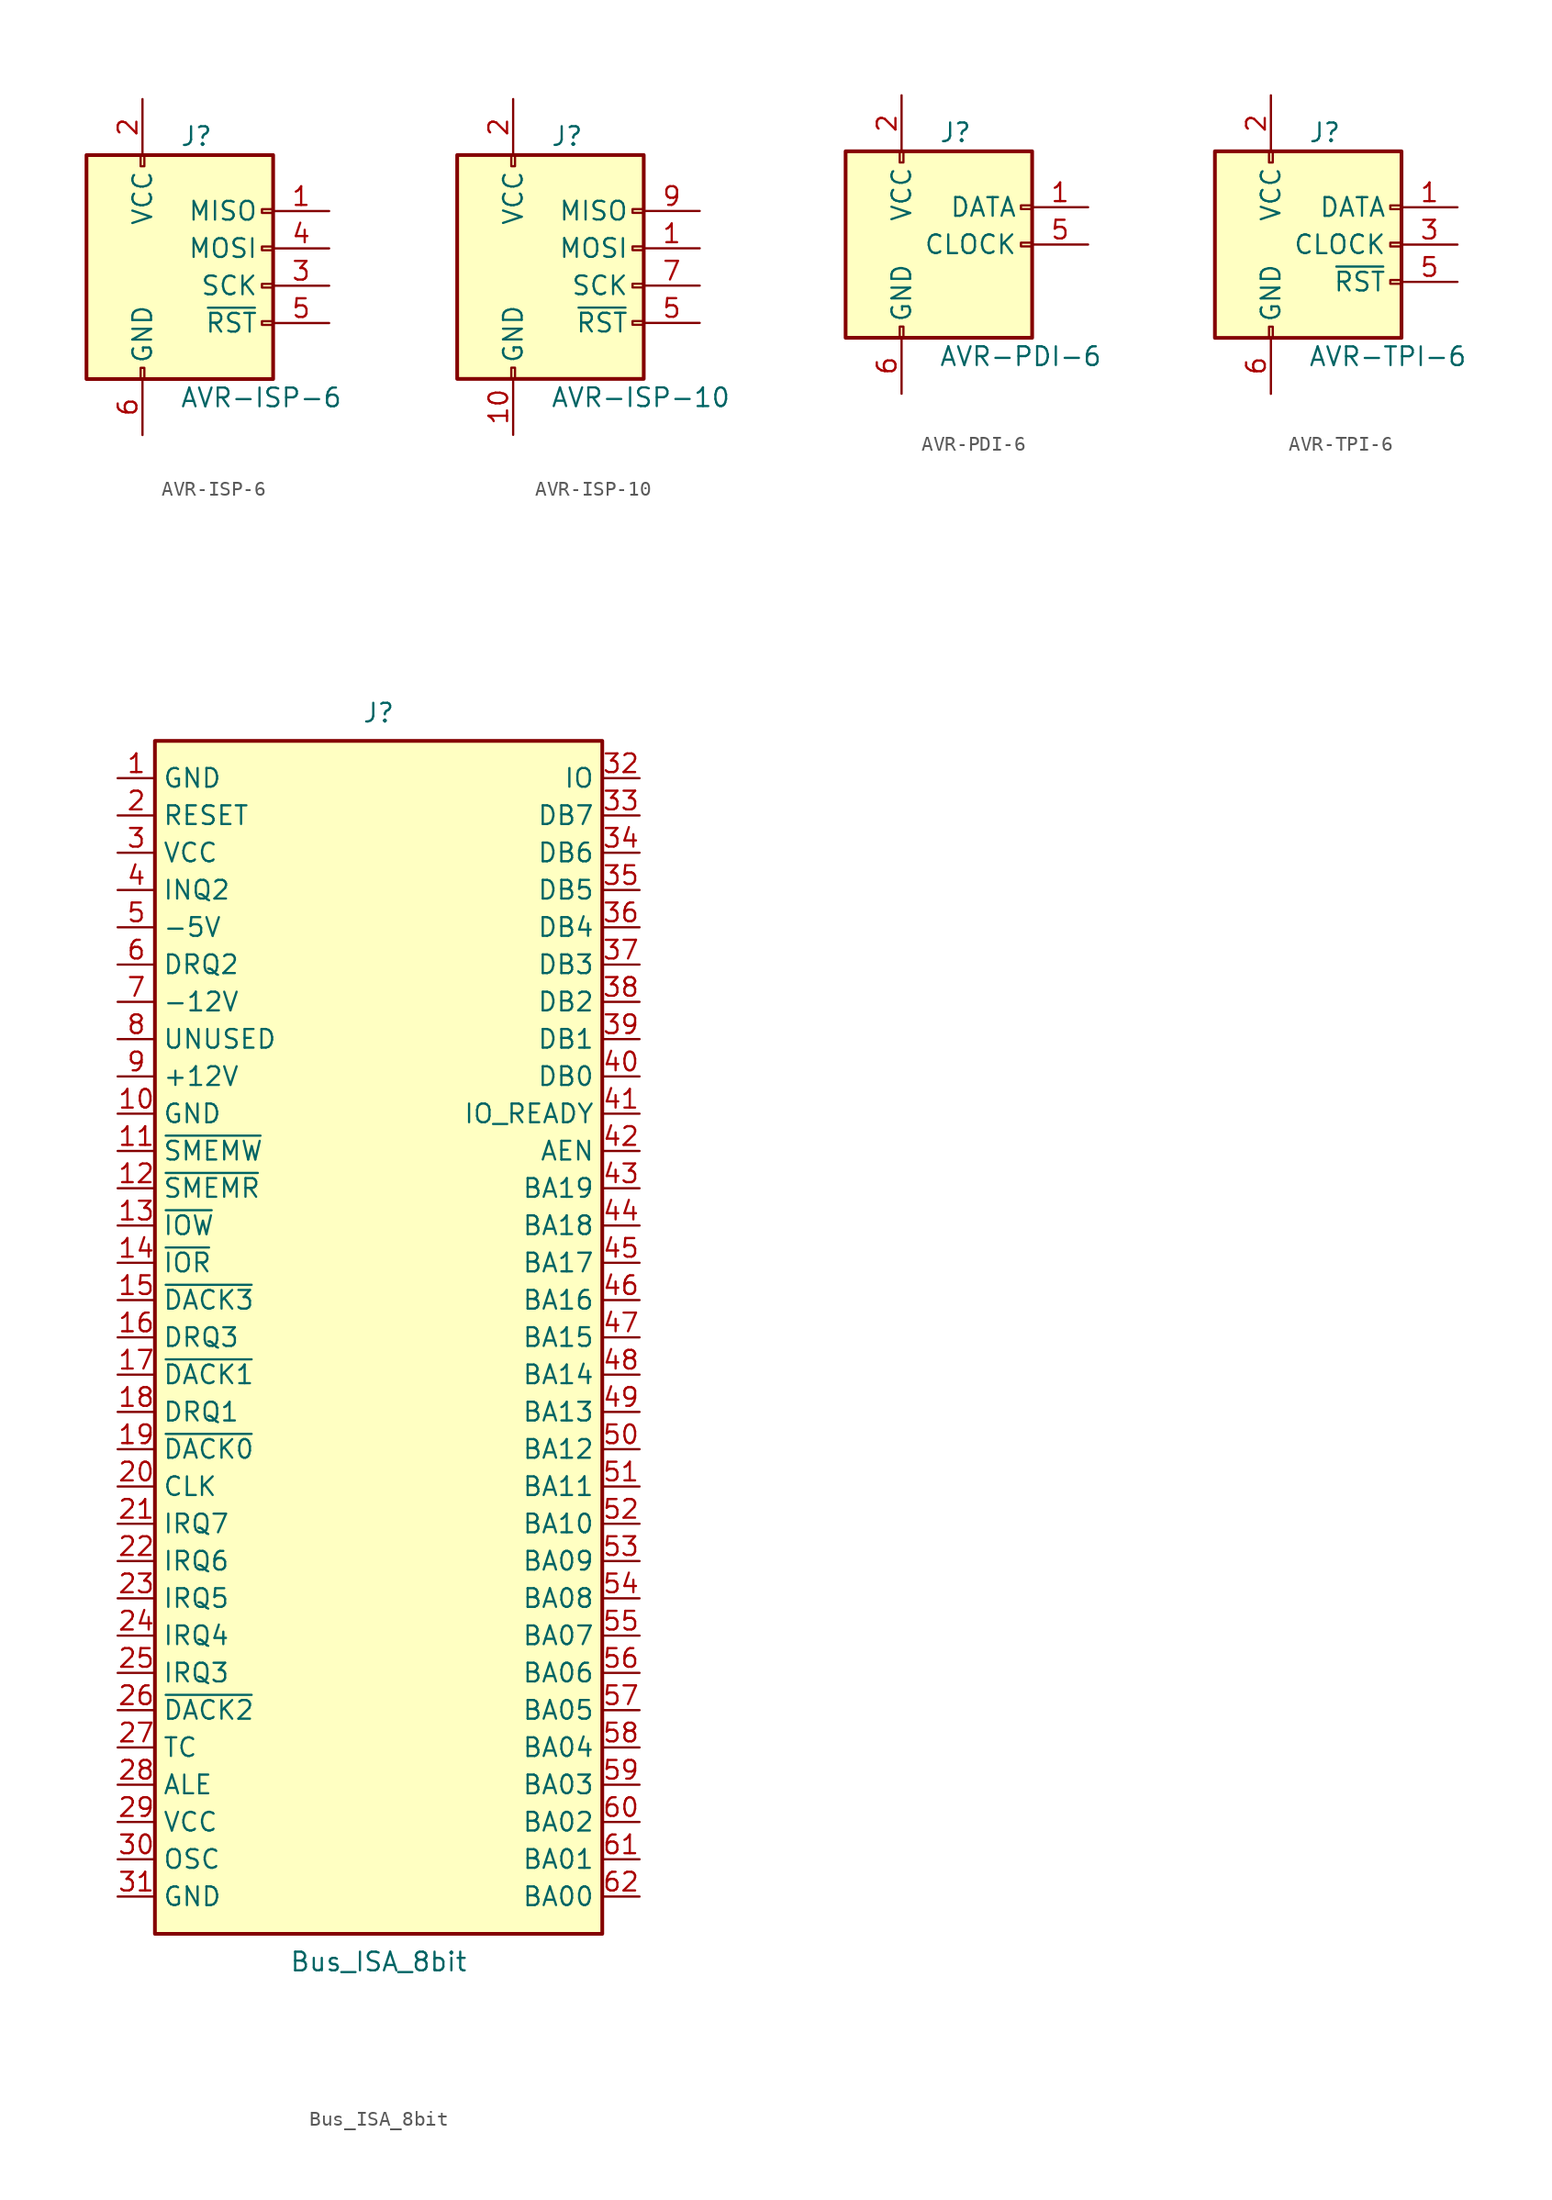
<source format=kicad_sym>
(kicad_symbol_lib
  (version 20211014)
  (generator kicad_symbol_editor)
  (symbol "AVR-ISP-6"
    (pin_names
      (offset 1.016))
    (property "Reference" "J"
      (at 0 10.16 0)
      (effects (font (size 1.27 1.27)) (justify left)))
    (property "Value" "AVR-ISP-6"
      (at 0 -7.62 0)
      (effects (font (size 1.27 1.27)) (justify left)))
    (symbol "AVR-ISP-6_0_1"
      (rectangle (start -2.667 -5.588) (end -2.413 -6.35) (stroke (width 0) (type default) (color 0 0 0 0)) (fill (type none)))
      (rectangle (start -2.667 8.89) (end -2.413 8.128) (stroke (width 0) (type default) (color 0 0 0 0)) (fill (type none)))
      (rectangle (start 6.35 -2.413) (end 5.588 -2.667) (stroke (width 0) (type default) (color 0 0 0 0)) (fill (type none)))
      (rectangle (start 6.35 0.127) (end 5.588 -0.127) (stroke (width 0) (type default) (color 0 0 0 0)) (fill (type none)))
      (rectangle (start 6.35 2.667) (end 5.588 2.413) (stroke (width 0) (type default) (color 0 0 0 0)) (fill (type none)))
      (rectangle (start 6.35 5.207) (end 5.588 4.953) (stroke (width 0) (type default) (color 0 0 0 0)) (fill (type none)))
      (rectangle (start 6.35 8.89) (end -6.35 -6.35) (stroke (width 0.254) (type default) (color 0 0 0 0)) (fill (type background))))
    (symbol "AVR-ISP-6_1_1"
      (pin passive line (at 10.16 5.08 180) (length 3.81) (name "MISO" (effects (font (size 1.27 1.27)))) (number "1" (effects (font (size 1.27 1.27)))))
      (pin power_in line (at -2.54 12.7 270) (length 3.81) (name "VCC" (effects (font (size 1.27 1.27)))) (number "2" (effects (font (size 1.27 1.27)))))
      (pin passive line (at 10.16 0 180) (length 3.81) (name "SCK" (effects (font (size 1.27 1.27)))) (number "3" (effects (font (size 1.27 1.27)))))
      (pin passive line (at 10.16 2.54 180) (length 3.81) (name "MOSI" (effects (font (size 1.27 1.27)))) (number "4" (effects (font (size 1.27 1.27)))))
      (pin passive line (at 10.16 -2.54 180) (length 3.81) (name "~{RST}" (effects (font (size 1.27 1.27)))) (number "5" (effects (font (size 1.27 1.27)))))
      (pin power_in line (at -2.54 -10.16 90) (length 3.81) (name "GND" (effects (font (size 1.27 1.27)))) (number "6" (effects (font (size 1.27 1.27)))))))
  (symbol "AVR-ISP-10"
    (pin_names
      (offset 1.016))
    (property "Reference" "J"
      (at 0 10.16 0)
      (effects (font (size 1.27 1.27)) (justify left)))
    (property "Value" "AVR-ISP-10"
      (at 0 -7.62 0)
      (effects (font (size 1.27 1.27)) (justify left)))
    (symbol "AVR-ISP-10_0_1"
      (rectangle (start -2.667 -5.588) (end -2.413 -6.35) (stroke (width 0) (type default) (color 0 0 0 0)) (fill (type none)))
      (rectangle (start -2.667 8.89) (end -2.413 8.128) (stroke (width 0) (type default) (color 0 0 0 0)) (fill (type none)))
      (rectangle (start 6.35 -2.413) (end 5.588 -2.667) (stroke (width 0) (type default) (color 0 0 0 0)) (fill (type none)))
      (rectangle (start 6.35 0.127) (end 5.588 -0.127) (stroke (width 0) (type default) (color 0 0 0 0)) (fill (type none)))
      (rectangle (start 6.35 2.667) (end 5.588 2.413) (stroke (width 0) (type default) (color 0 0 0 0)) (fill (type none)))
      (rectangle (start 6.35 5.207) (end 5.588 4.953) (stroke (width 0) (type default) (color 0 0 0 0)) (fill (type none)))
      (rectangle (start 6.35 8.89) (end -6.35 -6.35) (stroke (width 0.254) (type default) (color 0 0 0 0)) (fill (type background))))
    (symbol "AVR-ISP-10_1_1"
      (pin passive line (at 10.16 2.54 180) (length 3.81) (name "MOSI" (effects (font (size 1.27 1.27)))) (number "1" (effects (font (size 1.27 1.27)))))
      (pin power_in line (at -2.54 -10.16 90) (length 3.81) (name "GND" (effects (font (size 1.27 1.27)))) (number "10" (effects (font (size 1.27 1.27)))))
      (pin power_in line (at -2.54 12.7 270) (length 3.81) (name "VCC" (effects (font (size 1.27 1.27)))) (number "2" (effects (font (size 1.27 1.27)))))
      (pin no_connect line (at 5.08 -5.08 180) (length 3.81) hide (name "NC" (effects (font (size 1.27 1.27)))) (number "3" (effects (font (size 1.27 1.27)))))
      (pin passive line (at -2.54 -10.16 90) (length 3.81) hide (name "GND" (effects (font (size 1.27 1.27)))) (number "4" (effects (font (size 1.27 1.27)))))
      (pin passive line (at 10.16 -2.54 180) (length 3.81) (name "~{RST}" (effects (font (size 1.27 1.27)))) (number "5" (effects (font (size 1.27 1.27)))))
      (pin passive line (at -2.54 -10.16 90) (length 3.81) hide (name "GND" (effects (font (size 1.27 1.27)))) (number "6" (effects (font (size 1.27 1.27)))))
      (pin passive line (at 10.16 0 180) (length 3.81) (name "SCK" (effects (font (size 1.27 1.27)))) (number "7" (effects (font (size 1.27 1.27)))))
      (pin passive line (at -2.54 -10.16 90) (length 3.81) hide (name "GND" (effects (font (size 1.27 1.27)))) (number "8" (effects (font (size 1.27 1.27)))))
      (pin passive line (at 10.16 5.08 180) (length 3.81) (name "MISO" (effects (font (size 1.27 1.27)))) (number "9" (effects (font (size 1.27 1.27)))))))
  (symbol "AVR-PDI-6"
    (pin_names
      (offset 1.016))
    (property "Reference" "J"
      (at 0 7.62 0)
      (effects (font (size 1.27 1.27)) (justify left)))
    (property "Value" "AVR-PDI-6"
      (at 0 -7.62 0)
      (effects (font (size 1.27 1.27)) (justify left)))
    (symbol "AVR-PDI-6_0_1"
      (rectangle (start -2.667 -5.588) (end -2.413 -6.35) (stroke (width 0) (type default) (color 0 0 0 0)) (fill (type none)))
      (rectangle (start -2.667 6.35) (end -2.413 5.588) (stroke (width 0) (type default) (color 0 0 0 0)) (fill (type none)))
      (rectangle (start 6.35 0.127) (end 5.588 -0.127) (stroke (width 0) (type default) (color 0 0 0 0)) (fill (type none)))
      (rectangle (start 6.35 2.667) (end 5.588 2.413) (stroke (width 0) (type default) (color 0 0 0 0)) (fill (type none)))
      (rectangle (start 6.35 6.35) (end -6.35 -6.35) (stroke (width 0.254) (type default) (color 0 0 0 0)) (fill (type background))))
    (symbol "AVR-PDI-6_1_1"
      (pin passive line (at 10.16 2.54 180) (length 3.81) (name "DATA" (effects (font (size 1.27 1.27)))) (number "1" (effects (font (size 1.27 1.27)))))
      (pin power_in line (at -2.54 10.16 270) (length 3.81) (name "VCC" (effects (font (size 1.27 1.27)))) (number "2" (effects (font (size 1.27 1.27)))))
      (pin no_connect line (at 5.08 -2.54 180) (length 3.81) hide (name "NC" (effects (font (size 1.27 1.27)))) (number "3" (effects (font (size 1.27 1.27)))))
      (pin no_connect line (at 5.08 -5.08 180) (length 3.81) hide (name "NC" (effects (font (size 1.27 1.27)))) (number "4" (effects (font (size 1.27 1.27)))))
      (pin passive line (at 10.16 0 180) (length 3.81) (name "CLOCK" (effects (font (size 1.27 1.27)))) (number "5" (effects (font (size 1.27 1.27)))))
      (pin power_in line (at -2.54 -10.16 90) (length 3.81) (name "GND" (effects (font (size 1.27 1.27)))) (number "6" (effects (font (size 1.27 1.27)))))))
  (symbol "AVR-TPI-6"
    (pin_names
      (offset 1.016))
    (property "Reference" "J"
      (at 0 7.62 0)
      (effects (font (size 1.27 1.27)) (justify left)))
    (property "Value" "AVR-TPI-6"
      (at 0 -7.62 0)
      (effects (font (size 1.27 1.27)) (justify left)))
    (symbol "AVR-TPI-6_0_1"
      (rectangle (start -2.667 -5.588) (end -2.413 -6.35) (stroke (width 0) (type default) (color 0 0 0 0)) (fill (type none)))
      (rectangle (start -2.667 6.35) (end -2.413 5.588) (stroke (width 0) (type default) (color 0 0 0 0)) (fill (type none)))
      (rectangle (start 6.35 -2.413) (end 5.588 -2.667) (stroke (width 0) (type default) (color 0 0 0 0)) (fill (type none)))
      (rectangle (start 6.35 0.127) (end 5.588 -0.127) (stroke (width 0) (type default) (color 0 0 0 0)) (fill (type none)))
      (rectangle (start 6.35 2.667) (end 5.588 2.413) (stroke (width 0) (type default) (color 0 0 0 0)) (fill (type none)))
      (rectangle (start 6.35 6.35) (end -6.35 -6.35) (stroke (width 0.254) (type default) (color 0 0 0 0)) (fill (type background))))
    (symbol "AVR-TPI-6_1_1"
      (pin passive line (at 10.16 2.54 180) (length 3.81) (name "DATA" (effects (font (size 1.27 1.27)))) (number "1" (effects (font (size 1.27 1.27)))))
      (pin power_in line (at -2.54 10.16 270) (length 3.81) (name "VCC" (effects (font (size 1.27 1.27)))) (number "2" (effects (font (size 1.27 1.27)))))
      (pin passive line (at 10.16 0 180) (length 3.81) (name "CLOCK" (effects (font (size 1.27 1.27)))) (number "3" (effects (font (size 1.27 1.27)))))
      (pin no_connect line (at 5.08 -5.08 180) (length 3.81) hide (name "NC" (effects (font (size 1.27 1.27)))) (number "4" (effects (font (size 1.27 1.27)))))
      (pin passive line (at 10.16 -2.54 180) (length 3.81) (name "~{RST}" (effects (font (size 1.27 1.27)))) (number "5" (effects (font (size 1.27 1.27)))))
      (pin power_in line (at -2.54 -10.16 90) (length 3.81) (name "GND" (effects (font (size 1.27 1.27)))) (number "6" (effects (font (size 1.27 1.27)))))))
  (symbol "Bus_ISA_8bit"
    (property "Reference" "J"
      (at 0 42.545 0)
      (effects (font (size 1.27 1.27))))
    (property "Value" "Bus_ISA_8bit"
      (at 0 -42.545 0)
      (effects (font (size 1.27 1.27))))
    (symbol "Bus_ISA_8bit_0_1"
      (rectangle (start -15.24 -40.64) (end 15.24 40.64) (stroke (width 0.254) (type default) (color 0 0 0 0)) (fill (type background))))
    (symbol "Bus_ISA_8bit_1_1"
      (pin power_in line (at -17.78 38.1 0) (length 2.54) (name "GND" (effects (font (size 1.27 1.27)))) (number "1" (effects (font (size 1.27 1.27)))))
      (pin power_in line (at -17.78 15.24 0) (length 2.54) (name "GND" (effects (font (size 1.27 1.27)))) (number "10" (effects (font (size 1.27 1.27)))))
      (pin output line (at -17.78 12.7 0) (length 2.54) (name "~{SMEMW}" (effects (font (size 1.27 1.27)))) (number "11" (effects (font (size 1.27 1.27)))))
      (pin output line (at -17.78 10.16 0) (length 2.54) (name "~{SMEMR}" (effects (font (size 1.27 1.27)))) (number "12" (effects (font (size 1.27 1.27)))))
      (pin output line (at -17.78 7.62 0) (length 2.54) (name "~{IOW}" (effects (font (size 1.27 1.27)))) (number "13" (effects (font (size 1.27 1.27)))))
      (pin output line (at -17.78 5.08 0) (length 2.54) (name "~{IOR}" (effects (font (size 1.27 1.27)))) (number "14" (effects (font (size 1.27 1.27)))))
      (pin passive line (at -17.78 2.54 0) (length 2.54) (name "~{DACK3}" (effects (font (size 1.27 1.27)))) (number "15" (effects (font (size 1.27 1.27)))))
      (pin passive line (at -17.78 0 0) (length 2.54) (name "DRQ3" (effects (font (size 1.27 1.27)))) (number "16" (effects (font (size 1.27 1.27)))))
      (pin passive line (at -17.78 -2.54 0) (length 2.54) (name "~{DACK1}" (effects (font (size 1.27 1.27)))) (number "17" (effects (font (size 1.27 1.27)))))
      (pin passive line (at -17.78 -5.08 0) (length 2.54) (name "DRQ1" (effects (font (size 1.27 1.27)))) (number "18" (effects (font (size 1.27 1.27)))))
      (pin passive line (at -17.78 -7.62 0) (length 2.54) (name "~{DACK0}" (effects (font (size 1.27 1.27)))) (number "19" (effects (font (size 1.27 1.27)))))
      (pin output line (at -17.78 35.56 0) (length 2.54) (name "RESET" (effects (font (size 1.27 1.27)))) (number "2" (effects (font (size 1.27 1.27)))))
      (pin output line (at -17.78 -10.16 0) (length 2.54) (name "CLK" (effects (font (size 1.27 1.27)))) (number "20" (effects (font (size 1.27 1.27)))))
      (pin passive line (at -17.78 -12.7 0) (length 2.54) (name "IRQ7" (effects (font (size 1.27 1.27)))) (number "21" (effects (font (size 1.27 1.27)))))
      (pin passive line (at -17.78 -15.24 0) (length 2.54) (name "IRQ6" (effects (font (size 1.27 1.27)))) (number "22" (effects (font (size 1.27 1.27)))))
      (pin passive line (at -17.78 -17.78 0) (length 2.54) (name "IRQ5" (effects (font (size 1.27 1.27)))) (number "23" (effects (font (size 1.27 1.27)))))
      (pin passive line (at -17.78 -20.32 0) (length 2.54) (name "IRQ4" (effects (font (size 1.27 1.27)))) (number "24" (effects (font (size 1.27 1.27)))))
      (pin passive line (at -17.78 -22.86 0) (length 2.54) (name "IRQ3" (effects (font (size 1.27 1.27)))) (number "25" (effects (font (size 1.27 1.27)))))
      (pin passive line (at -17.78 -25.4 0) (length 2.54) (name "~{DACK2}" (effects (font (size 1.27 1.27)))) (number "26" (effects (font (size 1.27 1.27)))))
      (pin passive line (at -17.78 -27.94 0) (length 2.54) (name "TC" (effects (font (size 1.27 1.27)))) (number "27" (effects (font (size 1.27 1.27)))))
      (pin output line (at -17.78 -30.48 0) (length 2.54) (name "ALE" (effects (font (size 1.27 1.27)))) (number "28" (effects (font (size 1.27 1.27)))))
      (pin power_in line (at -17.78 -33.02 0) (length 2.54) (name "VCC" (effects (font (size 1.27 1.27)))) (number "29" (effects (font (size 1.27 1.27)))))
      (pin power_in line (at -17.78 33.02 0) (length 2.54) (name "VCC" (effects (font (size 1.27 1.27)))) (number "3" (effects (font (size 1.27 1.27)))))
      (pin output line (at -17.78 -35.56 0) (length 2.54) (name "OSC" (effects (font (size 1.27 1.27)))) (number "30" (effects (font (size 1.27 1.27)))))
      (pin power_in line (at -17.78 -38.1 0) (length 2.54) (name "GND" (effects (font (size 1.27 1.27)))) (number "31" (effects (font (size 1.27 1.27)))))
      (pin passive line (at 17.78 38.1 180) (length 2.54) (name "IO" (effects (font (size 1.27 1.27)))) (number "32" (effects (font (size 1.27 1.27)))))
      (pin tri_state line (at 17.78 35.56 180) (length 2.54) (name "DB7" (effects (font (size 1.27 1.27)))) (number "33" (effects (font (size 1.27 1.27)))))
      (pin tri_state line (at 17.78 33.02 180) (length 2.54) (name "DB6" (effects (font (size 1.27 1.27)))) (number "34" (effects (font (size 1.27 1.27)))))
      (pin tri_state line (at 17.78 30.48 180) (length 2.54) (name "DB5" (effects (font (size 1.27 1.27)))) (number "35" (effects (font (size 1.27 1.27)))))
      (pin tri_state line (at 17.78 27.94 180) (length 2.54) (name "DB4" (effects (font (size 1.27 1.27)))) (number "36" (effects (font (size 1.27 1.27)))))
      (pin tri_state line (at 17.78 25.4 180) (length 2.54) (name "DB3" (effects (font (size 1.27 1.27)))) (number "37" (effects (font (size 1.27 1.27)))))
      (pin tri_state line (at 17.78 22.86 180) (length 2.54) (name "DB2" (effects (font (size 1.27 1.27)))) (number "38" (effects (font (size 1.27 1.27)))))
      (pin tri_state line (at 17.78 20.32 180) (length 2.54) (name "DB1" (effects (font (size 1.27 1.27)))) (number "39" (effects (font (size 1.27 1.27)))))
      (pin passive line (at -17.78 30.48 0) (length 2.54) (name "INQ2" (effects (font (size 1.27 1.27)))) (number "4" (effects (font (size 1.27 1.27)))))
      (pin tri_state line (at 17.78 17.78 180) (length 2.54) (name "DB0" (effects (font (size 1.27 1.27)))) (number "40" (effects (font (size 1.27 1.27)))))
      (pin passive line (at 17.78 15.24 180) (length 2.54) (name "IO_READY" (effects (font (size 1.27 1.27)))) (number "41" (effects (font (size 1.27 1.27)))))
      (pin output line (at 17.78 12.7 180) (length 2.54) (name "AEN" (effects (font (size 1.27 1.27)))) (number "42" (effects (font (size 1.27 1.27)))))
      (pin tri_state line (at 17.78 10.16 180) (length 2.54) (name "BA19" (effects (font (size 1.27 1.27)))) (number "43" (effects (font (size 1.27 1.27)))))
      (pin tri_state line (at 17.78 7.62 180) (length 2.54) (name "BA18" (effects (font (size 1.27 1.27)))) (number "44" (effects (font (size 1.27 1.27)))))
      (pin tri_state line (at 17.78 5.08 180) (length 2.54) (name "BA17" (effects (font (size 1.27 1.27)))) (number "45" (effects (font (size 1.27 1.27)))))
      (pin tri_state line (at 17.78 2.54 180) (length 2.54) (name "BA16" (effects (font (size 1.27 1.27)))) (number "46" (effects (font (size 1.27 1.27)))))
      (pin tri_state line (at 17.78 0 180) (length 2.54) (name "BA15" (effects (font (size 1.27 1.27)))) (number "47" (effects (font (size 1.27 1.27)))))
      (pin tri_state line (at 17.78 -2.54 180) (length 2.54) (name "BA14" (effects (font (size 1.27 1.27)))) (number "48" (effects (font (size 1.27 1.27)))))
      (pin tri_state line (at 17.78 -5.08 180) (length 2.54) (name "BA13" (effects (font (size 1.27 1.27)))) (number "49" (effects (font (size 1.27 1.27)))))
      (pin power_in line (at -17.78 27.94 0) (length 2.54) (name "-5V" (effects (font (size 1.27 1.27)))) (number "5" (effects (font (size 1.27 1.27)))))
      (pin tri_state line (at 17.78 -7.62 180) (length 2.54) (name "BA12" (effects (font (size 1.27 1.27)))) (number "50" (effects (font (size 1.27 1.27)))))
      (pin tri_state line (at 17.78 -10.16 180) (length 2.54) (name "BA11" (effects (font (size 1.27 1.27)))) (number "51" (effects (font (size 1.27 1.27)))))
      (pin tri_state line (at 17.78 -12.7 180) (length 2.54) (name "BA10" (effects (font (size 1.27 1.27)))) (number "52" (effects (font (size 1.27 1.27)))))
      (pin tri_state line (at 17.78 -15.24 180) (length 2.54) (name "BA09" (effects (font (size 1.27 1.27)))) (number "53" (effects (font (size 1.27 1.27)))))
      (pin tri_state line (at 17.78 -17.78 180) (length 2.54) (name "BA08" (effects (font (size 1.27 1.27)))) (number "54" (effects (font (size 1.27 1.27)))))
      (pin tri_state line (at 17.78 -20.32 180) (length 2.54) (name "BA07" (effects (font (size 1.27 1.27)))) (number "55" (effects (font (size 1.27 1.27)))))
      (pin tri_state line (at 17.78 -22.86 180) (length 2.54) (name "BA06" (effects (font (size 1.27 1.27)))) (number "56" (effects (font (size 1.27 1.27)))))
      (pin tri_state line (at 17.78 -25.4 180) (length 2.54) (name "BA05" (effects (font (size 1.27 1.27)))) (number "57" (effects (font (size 1.27 1.27)))))
      (pin tri_state line (at 17.78 -27.94 180) (length 2.54) (name "BA04" (effects (font (size 1.27 1.27)))) (number "58" (effects (font (size 1.27 1.27)))))
      (pin tri_state line (at 17.78 -30.48 180) (length 2.54) (name "BA03" (effects (font (size 1.27 1.27)))) (number "59" (effects (font (size 1.27 1.27)))))
      (pin passive line (at -17.78 25.4 0) (length 2.54) (name "DRQ2" (effects (font (size 1.27 1.27)))) (number "6" (effects (font (size 1.27 1.27)))))
      (pin tri_state line (at 17.78 -33.02 180) (length 2.54) (name "BA02" (effects (font (size 1.27 1.27)))) (number "60" (effects (font (size 1.27 1.27)))))
      (pin tri_state line (at 17.78 -35.56 180) (length 2.54) (name "BA01" (effects (font (size 1.27 1.27)))) (number "61" (effects (font (size 1.27 1.27)))))
      (pin tri_state line (at 17.78 -38.1 180) (length 2.54) (name "BA00" (effects (font (size 1.27 1.27)))) (number "62" (effects (font (size 1.27 1.27)))))
      (pin power_in line (at -17.78 22.86 0) (length 2.54) (name "-12V" (effects (font (size 1.27 1.27)))) (number "7" (effects (font (size 1.27 1.27)))))
      (pin passive line (at -17.78 20.32 0) (length 2.54) (name "UNUSED" (effects (font (size 1.27 1.27)))) (number "8" (effects (font (size 1.27 1.27)))))
      (pin power_in line (at -17.78 17.78 0) (length 2.54) (name "+12V" (effects (font (size 1.27 1.27)))) (number "9" (effects (font (size 1.27 1.27))))))))
</source>
